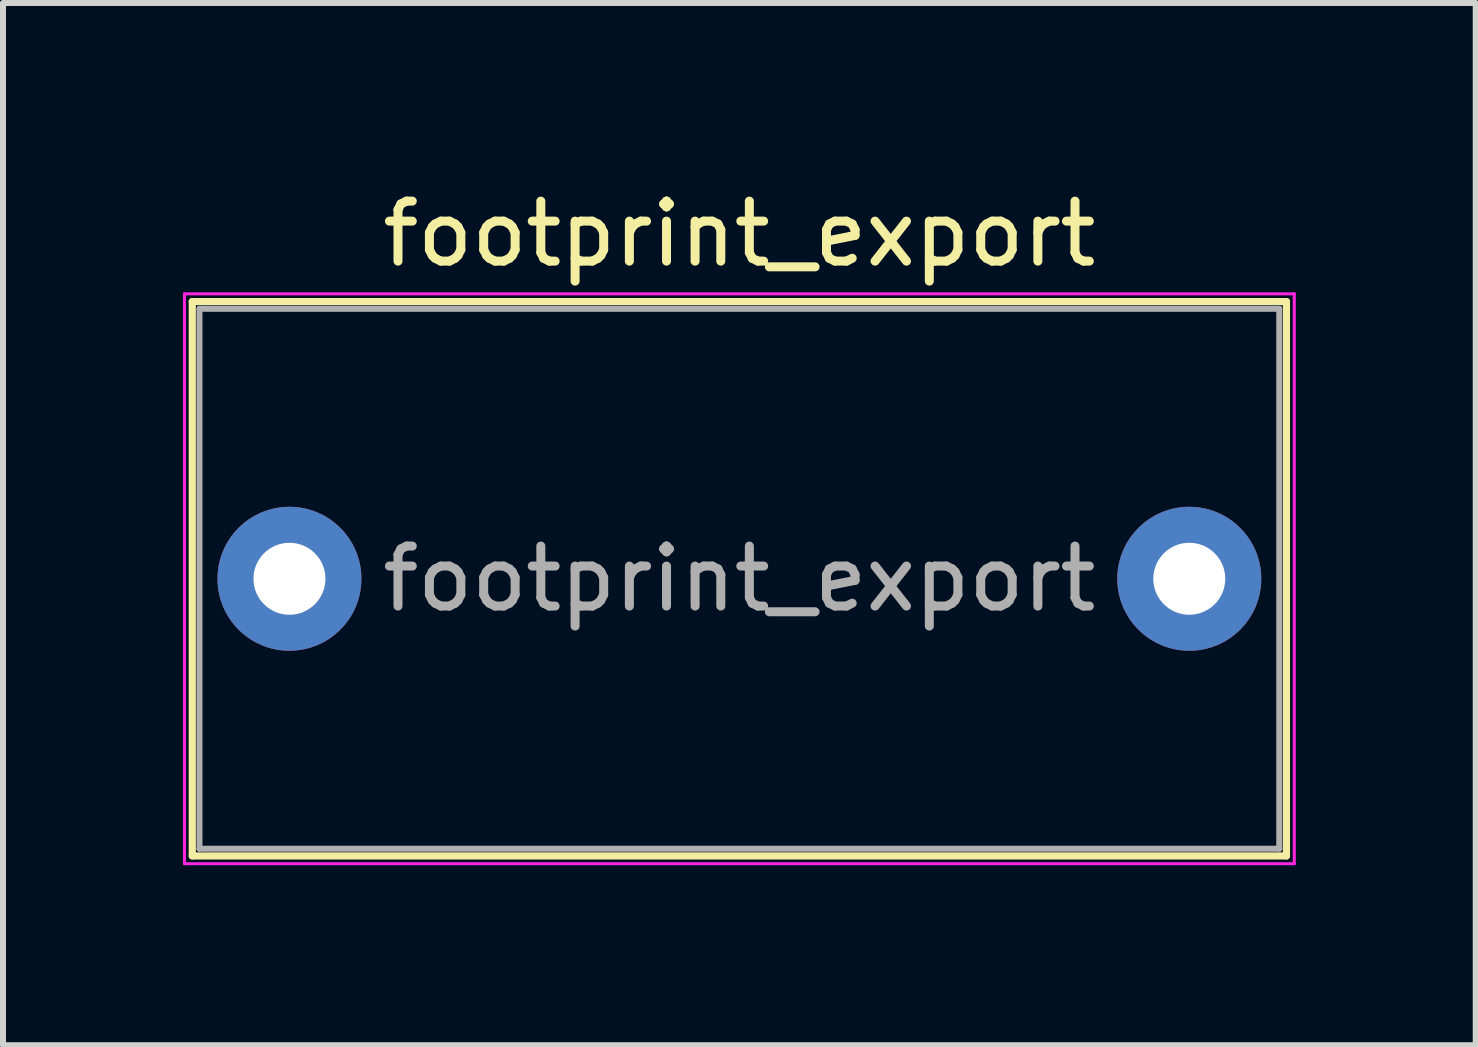
<source format=kicad_pcb>
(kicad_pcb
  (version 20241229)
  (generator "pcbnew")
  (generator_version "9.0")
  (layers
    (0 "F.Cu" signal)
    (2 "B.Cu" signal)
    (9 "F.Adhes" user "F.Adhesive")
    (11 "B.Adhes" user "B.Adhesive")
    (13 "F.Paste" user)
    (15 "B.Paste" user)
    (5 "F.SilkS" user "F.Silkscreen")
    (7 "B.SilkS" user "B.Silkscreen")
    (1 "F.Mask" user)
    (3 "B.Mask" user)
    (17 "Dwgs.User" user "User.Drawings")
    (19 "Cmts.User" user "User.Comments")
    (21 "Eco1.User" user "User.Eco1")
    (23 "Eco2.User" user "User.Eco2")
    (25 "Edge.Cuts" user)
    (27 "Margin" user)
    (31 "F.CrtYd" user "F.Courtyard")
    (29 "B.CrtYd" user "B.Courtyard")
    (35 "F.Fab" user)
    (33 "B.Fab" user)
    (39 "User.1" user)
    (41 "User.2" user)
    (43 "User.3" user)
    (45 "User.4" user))
  (footprint "footprint_export"
    (layer "F.Cu")
    (at 1.775 6.598)
    (property "Reference" "footprint_export" (at 7.5 -5.75 0) (layer "F.SilkS") (effects (font (size 1 1) (thickness 0.15))))
    (attr through_hole)
    (fp_line (start -1.62 -4.62) (end -1.62 4.62) (stroke (width 0.12) (type solid)) (layer "F.SilkS"))
    (fp_line (start -1.62 -4.62) (end 16.62 -4.62) (stroke (width 0.12) (type solid)) (layer "F.SilkS"))
    (fp_line (start -1.62 4.62) (end 16.62 4.62) (stroke (width 0.12) (type solid)) (layer "F.SilkS"))
    (fp_line (start 16.62 -4.62) (end 16.62 4.62) (stroke (width 0.12) (type solid)) (layer "F.SilkS"))
    (fp_line (start -1.75 -4.75) (end -1.75 4.75) (stroke (width 0.05) (type solid)) (layer "F.CrtYd"))
    (fp_line (start -1.75 4.75) (end 16.75 4.75) (stroke (width 0.05) (type solid)) (layer "F.CrtYd"))
    (fp_line (start 16.75 -4.75) (end -1.75 -4.75) (stroke (width 0.05) (type solid)) (layer "F.CrtYd"))
    (fp_line (start 16.75 4.75) (end 16.75 -4.75) (stroke (width 0.05) (type solid)) (layer "F.CrtYd"))
    (fp_line (start -1.5 -4.5) (end -1.5 4.5) (stroke (width 0.1) (type solid)) (layer "F.Fab"))
    (fp_line (start -1.5 4.5) (end 16.5 4.5) (stroke (width 0.1) (type solid)) (layer "F.Fab"))
    (fp_line (start 16.5 -4.5) (end -1.5 -4.5) (stroke (width 0.1) (type solid)) (layer "F.Fab"))
    (fp_line (start 16.5 4.5) (end 16.5 -4.5) (stroke (width 0.1) (type solid)) (layer "F.Fab"))
    (fp_text user "${REFERENCE}" (at 7.5 0 0) (layer "F.Fab") (effects (font (size 1 1) (thickness 0.15))))
    (pad "1" thru_hole circle (at 0 0) (size 2.4 2.4) (drill 1.2) (layers "*.Cu" "*.Mask"))
    (pad "2" thru_hole circle (at 15 0) (size 2.4 2.4) (drill 1.2) (layers "*.Cu" "*.Mask")))
  (gr_rect
    (start -3 -3)
    (end 21.55 14.373)
    (stroke (width 0.1) (type default))
    (fill no)
    (layer "Edge.Cuts")))
</source>
